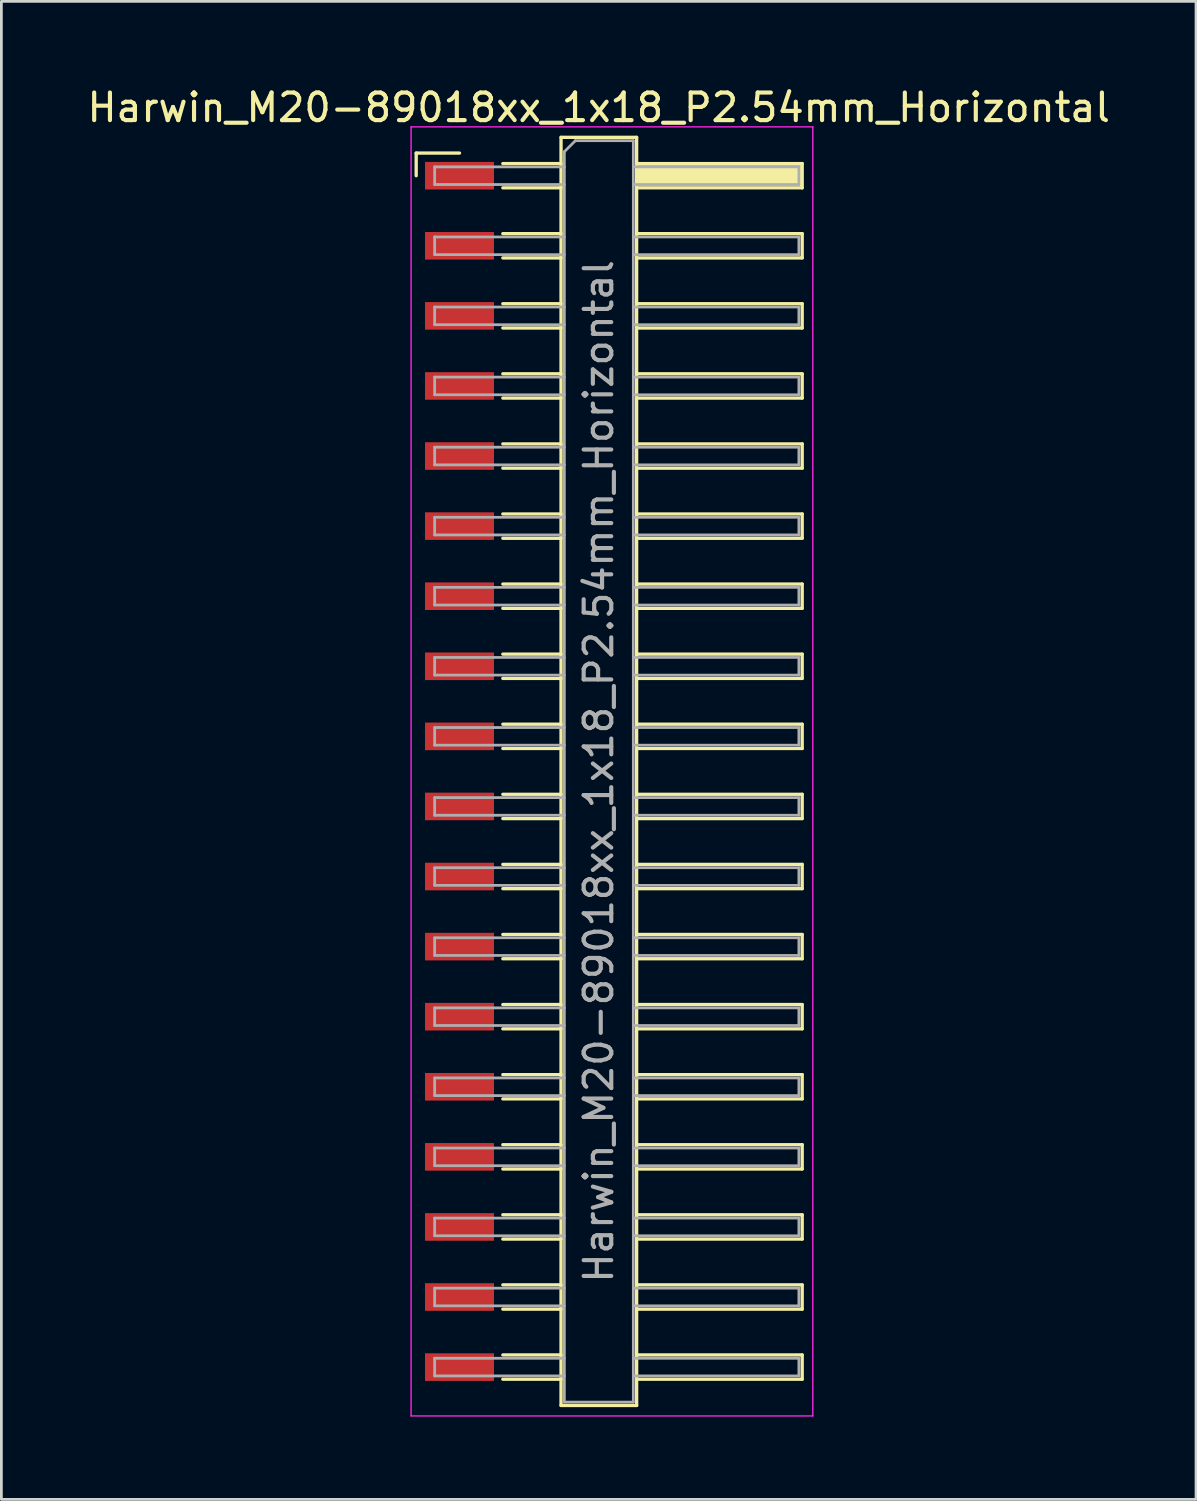
<source format=kicad_pcb>
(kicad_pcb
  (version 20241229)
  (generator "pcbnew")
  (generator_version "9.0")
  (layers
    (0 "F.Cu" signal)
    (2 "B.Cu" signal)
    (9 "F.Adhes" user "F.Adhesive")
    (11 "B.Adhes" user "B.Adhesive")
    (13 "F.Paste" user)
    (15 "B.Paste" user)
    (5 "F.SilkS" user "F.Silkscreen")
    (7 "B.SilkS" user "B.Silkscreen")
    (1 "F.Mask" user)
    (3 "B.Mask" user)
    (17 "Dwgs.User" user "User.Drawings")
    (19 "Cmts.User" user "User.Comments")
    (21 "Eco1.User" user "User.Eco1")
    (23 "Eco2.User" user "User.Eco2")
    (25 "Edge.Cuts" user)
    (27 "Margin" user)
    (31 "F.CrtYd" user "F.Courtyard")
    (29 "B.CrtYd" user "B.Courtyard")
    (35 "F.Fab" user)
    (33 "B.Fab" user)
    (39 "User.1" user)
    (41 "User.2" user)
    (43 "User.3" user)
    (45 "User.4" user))
  (footprint "Harwin_M20-89018xx_1x18_P2.54mm_Horizontal"
    (layer "F.Cu")
    (at 19.129 24.908)
    (property "Reference" "Harwin_M20-89018xx_1x18_P2.54mm_Horizontal" (at -0.48 -24.06 0) (layer "F.SilkS") (effects (font (size 1 1) (thickness 0.15))))
    (attr smd)
    (fp_line (start -7.095 -22.41) (end -5.525 -22.41) (stroke (width 0.12) (type solid)) (layer "F.SilkS"))
    (fp_line (start -7.095 -21.59) (end -7.095 -22.41) (stroke (width 0.12) (type solid)) (layer "F.SilkS"))
    (fp_line (start -3.955 -22.03) (end -1.845 -22.03) (stroke (width 0.12) (type solid)) (layer "F.SilkS"))
    (fp_line (start -3.955 -21.15) (end -1.845 -21.15) (stroke (width 0.12) (type solid)) (layer "F.SilkS"))
    (fp_line (start -3.955 -19.49) (end -1.845 -19.49) (stroke (width 0.12) (type solid)) (layer "F.SilkS"))
    (fp_line (start -3.955 -18.61) (end -1.845 -18.61) (stroke (width 0.12) (type solid)) (layer "F.SilkS"))
    (fp_line (start -3.955 -16.95) (end -1.845 -16.95) (stroke (width 0.12) (type solid)) (layer "F.SilkS"))
    (fp_line (start -3.955 -16.07) (end -1.845 -16.07) (stroke (width 0.12) (type solid)) (layer "F.SilkS"))
    (fp_line (start -3.955 -14.41) (end -1.845 -14.41) (stroke (width 0.12) (type solid)) (layer "F.SilkS"))
    (fp_line (start -3.955 -13.53) (end -1.845 -13.53) (stroke (width 0.12) (type solid)) (layer "F.SilkS"))
    (fp_line (start -3.955 -11.87) (end -1.845 -11.87) (stroke (width 0.12) (type solid)) (layer "F.SilkS"))
    (fp_line (start -3.955 -10.99) (end -1.845 -10.99) (stroke (width 0.12) (type solid)) (layer "F.SilkS"))
    (fp_line (start -3.955 -9.33) (end -1.845 -9.33) (stroke (width 0.12) (type solid)) (layer "F.SilkS"))
    (fp_line (start -3.955 -8.45) (end -1.845 -8.45) (stroke (width 0.12) (type solid)) (layer "F.SilkS"))
    (fp_line (start -3.955 -6.79) (end -1.845 -6.79) (stroke (width 0.12) (type solid)) (layer "F.SilkS"))
    (fp_line (start -3.955 -5.91) (end -1.845 -5.91) (stroke (width 0.12) (type solid)) (layer "F.SilkS"))
    (fp_line (start -3.955 -4.25) (end -1.845 -4.25) (stroke (width 0.12) (type solid)) (layer "F.SilkS"))
    (fp_line (start -3.955 -3.37) (end -1.845 -3.37) (stroke (width 0.12) (type solid)) (layer "F.SilkS"))
    (fp_line (start -3.955 -1.71) (end -1.845 -1.71) (stroke (width 0.12) (type solid)) (layer "F.SilkS"))
    (fp_line (start -3.955 -0.83) (end -1.845 -0.83) (stroke (width 0.12) (type solid)) (layer "F.SilkS"))
    (fp_line (start -3.955 0.83) (end -1.845 0.83) (stroke (width 0.12) (type solid)) (layer "F.SilkS"))
    (fp_line (start -3.955 1.71) (end -1.845 1.71) (stroke (width 0.12) (type solid)) (layer "F.SilkS"))
    (fp_line (start -3.955 3.37) (end -1.845 3.37) (stroke (width 0.12) (type solid)) (layer "F.SilkS"))
    (fp_line (start -3.955 4.25) (end -1.845 4.25) (stroke (width 0.12) (type solid)) (layer "F.SilkS"))
    (fp_line (start -3.955 5.91) (end -1.845 5.91) (stroke (width 0.12) (type solid)) (layer "F.SilkS"))
    (fp_line (start -3.955 6.79) (end -1.845 6.79) (stroke (width 0.12) (type solid)) (layer "F.SilkS"))
    (fp_line (start -3.955 8.45) (end -1.845 8.45) (stroke (width 0.12) (type solid)) (layer "F.SilkS"))
    (fp_line (start -3.955 9.33) (end -1.845 9.33) (stroke (width 0.12) (type solid)) (layer "F.SilkS"))
    (fp_line (start -3.955 10.99) (end -1.845 10.99) (stroke (width 0.12) (type solid)) (layer "F.SilkS"))
    (fp_line (start -3.955 11.87) (end -1.845 11.87) (stroke (width 0.12) (type solid)) (layer "F.SilkS"))
    (fp_line (start -3.955 13.53) (end -1.845 13.53) (stroke (width 0.12) (type solid)) (layer "F.SilkS"))
    (fp_line (start -3.955 14.41) (end -1.845 14.41) (stroke (width 0.12) (type solid)) (layer "F.SilkS"))
    (fp_line (start -3.955 16.07) (end -1.845 16.07) (stroke (width 0.12) (type solid)) (layer "F.SilkS"))
    (fp_line (start -3.955 16.95) (end -1.845 16.95) (stroke (width 0.12) (type solid)) (layer "F.SilkS"))
    (fp_line (start -3.955 18.61) (end -1.845 18.61) (stroke (width 0.12) (type solid)) (layer "F.SilkS"))
    (fp_line (start -3.955 19.49) (end -1.845 19.49) (stroke (width 0.12) (type solid)) (layer "F.SilkS"))
    (fp_line (start -3.955 21.15) (end -1.845 21.15) (stroke (width 0.12) (type solid)) (layer "F.SilkS"))
    (fp_line (start -3.955 22.03) (end -1.845 22.03) (stroke (width 0.12) (type solid)) (layer "F.SilkS"))
    (fp_line (start -1.845 -22.98) (end 0.895 -22.98) (stroke (width 0.12) (type solid)) (layer "F.SilkS"))
    (fp_line (start -1.845 22.98) (end -1.845 -22.98) (stroke (width 0.12) (type solid)) (layer "F.SilkS"))
    (fp_line (start 0.895 -22.98) (end 0.895 22.98) (stroke (width 0.12) (type solid)) (layer "F.SilkS"))
    (fp_line (start 0.895 -22.03) (end 6.895 -22.03) (stroke (width 0.12) (type solid)) (layer "F.SilkS"))
    (fp_line (start 0.895 -19.49) (end 6.895 -19.49) (stroke (width 0.12) (type solid)) (layer "F.SilkS"))
    (fp_line (start 0.895 -16.95) (end 6.895 -16.95) (stroke (width 0.12) (type solid)) (layer "F.SilkS"))
    (fp_line (start 0.895 -14.41) (end 6.895 -14.41) (stroke (width 0.12) (type solid)) (layer "F.SilkS"))
    (fp_line (start 0.895 -11.87) (end 6.895 -11.87) (stroke (width 0.12) (type solid)) (layer "F.SilkS"))
    (fp_line (start 0.895 -9.33) (end 6.895 -9.33) (stroke (width 0.12) (type solid)) (layer "F.SilkS"))
    (fp_line (start 0.895 -6.79) (end 6.895 -6.79) (stroke (width 0.12) (type solid)) (layer "F.SilkS"))
    (fp_line (start 0.895 -4.25) (end 6.895 -4.25) (stroke (width 0.12) (type solid)) (layer "F.SilkS"))
    (fp_line (start 0.895 -1.71) (end 6.895 -1.71) (stroke (width 0.12) (type solid)) (layer "F.SilkS"))
    (fp_line (start 0.895 0.83) (end 6.895 0.83) (stroke (width 0.12) (type solid)) (layer "F.SilkS"))
    (fp_line (start 0.895 3.37) (end 6.895 3.37) (stroke (width 0.12) (type solid)) (layer "F.SilkS"))
    (fp_line (start 0.895 5.91) (end 6.895 5.91) (stroke (width 0.12) (type solid)) (layer "F.SilkS"))
    (fp_line (start 0.895 8.45) (end 6.895 8.45) (stroke (width 0.12) (type solid)) (layer "F.SilkS"))
    (fp_line (start 0.895 10.99) (end 6.895 10.99) (stroke (width 0.12) (type solid)) (layer "F.SilkS"))
    (fp_line (start 0.895 13.53) (end 6.895 13.53) (stroke (width 0.12) (type solid)) (layer "F.SilkS"))
    (fp_line (start 0.895 16.07) (end 6.895 16.07) (stroke (width 0.12) (type solid)) (layer "F.SilkS"))
    (fp_line (start 0.895 18.61) (end 6.895 18.61) (stroke (width 0.12) (type solid)) (layer "F.SilkS"))
    (fp_line (start 0.895 21.15) (end 6.895 21.15) (stroke (width 0.12) (type solid)) (layer "F.SilkS"))
    (fp_line (start 0.895 22.98) (end -1.845 22.98) (stroke (width 0.12) (type solid)) (layer "F.SilkS"))
    (fp_line (start 6.895 -22.03) (end 6.895 -21.15) (stroke (width 0.12) (type solid)) (layer "F.SilkS"))
    (fp_line (start 6.895 -21.15) (end 0.895 -21.15) (stroke (width 0.12) (type solid)) (layer "F.SilkS"))
    (fp_line (start 6.895 -19.49) (end 6.895 -18.61) (stroke (width 0.12) (type solid)) (layer "F.SilkS"))
    (fp_line (start 6.895 -18.61) (end 0.895 -18.61) (stroke (width 0.12) (type solid)) (layer "F.SilkS"))
    (fp_line (start 6.895 -16.95) (end 6.895 -16.07) (stroke (width 0.12) (type solid)) (layer "F.SilkS"))
    (fp_line (start 6.895 -16.07) (end 0.895 -16.07) (stroke (width 0.12) (type solid)) (layer "F.SilkS"))
    (fp_line (start 6.895 -14.41) (end 6.895 -13.53) (stroke (width 0.12) (type solid)) (layer "F.SilkS"))
    (fp_line (start 6.895 -13.53) (end 0.895 -13.53) (stroke (width 0.12) (type solid)) (layer "F.SilkS"))
    (fp_line (start 6.895 -11.87) (end 6.895 -10.99) (stroke (width 0.12) (type solid)) (layer "F.SilkS"))
    (fp_line (start 6.895 -10.99) (end 0.895 -10.99) (stroke (width 0.12) (type solid)) (layer "F.SilkS"))
    (fp_line (start 6.895 -9.33) (end 6.895 -8.45) (stroke (width 0.12) (type solid)) (layer "F.SilkS"))
    (fp_line (start 6.895 -8.45) (end 0.895 -8.45) (stroke (width 0.12) (type solid)) (layer "F.SilkS"))
    (fp_line (start 6.895 -6.79) (end 6.895 -5.91) (stroke (width 0.12) (type solid)) (layer "F.SilkS"))
    (fp_line (start 6.895 -5.91) (end 0.895 -5.91) (stroke (width 0.12) (type solid)) (layer "F.SilkS"))
    (fp_line (start 6.895 -4.25) (end 6.895 -3.37) (stroke (width 0.12) (type solid)) (layer "F.SilkS"))
    (fp_line (start 6.895 -3.37) (end 0.895 -3.37) (stroke (width 0.12) (type solid)) (layer "F.SilkS"))
    (fp_line (start 6.895 -1.71) (end 6.895 -0.83) (stroke (width 0.12) (type solid)) (layer "F.SilkS"))
    (fp_line (start 6.895 -0.83) (end 0.895 -0.83) (stroke (width 0.12) (type solid)) (layer "F.SilkS"))
    (fp_line (start 6.895 0.83) (end 6.895 1.71) (stroke (width 0.12) (type solid)) (layer "F.SilkS"))
    (fp_line (start 6.895 1.71) (end 0.895 1.71) (stroke (width 0.12) (type solid)) (layer "F.SilkS"))
    (fp_line (start 6.895 3.37) (end 6.895 4.25) (stroke (width 0.12) (type solid)) (layer "F.SilkS"))
    (fp_line (start 6.895 4.25) (end 0.895 4.25) (stroke (width 0.12) (type solid)) (layer "F.SilkS"))
    (fp_line (start 6.895 5.91) (end 6.895 6.79) (stroke (width 0.12) (type solid)) (layer "F.SilkS"))
    (fp_line (start 6.895 6.79) (end 0.895 6.79) (stroke (width 0.12) (type solid)) (layer "F.SilkS"))
    (fp_line (start 6.895 8.45) (end 6.895 9.33) (stroke (width 0.12) (type solid)) (layer "F.SilkS"))
    (fp_line (start 6.895 9.33) (end 0.895 9.33) (stroke (width 0.12) (type solid)) (layer "F.SilkS"))
    (fp_line (start 6.895 10.99) (end 6.895 11.87) (stroke (width 0.12) (type solid)) (layer "F.SilkS"))
    (fp_line (start 6.895 11.87) (end 0.895 11.87) (stroke (width 0.12) (type solid)) (layer "F.SilkS"))
    (fp_line (start 6.895 13.53) (end 6.895 14.41) (stroke (width 0.12) (type solid)) (layer "F.SilkS"))
    (fp_line (start 6.895 14.41) (end 0.895 14.41) (stroke (width 0.12) (type solid)) (layer "F.SilkS"))
    (fp_line (start 6.895 16.07) (end 6.895 16.95) (stroke (width 0.12) (type solid)) (layer "F.SilkS"))
    (fp_line (start 6.895 16.95) (end 0.895 16.95) (stroke (width 0.12) (type solid)) (layer "F.SilkS"))
    (fp_line (start 6.895 18.61) (end 6.895 19.49) (stroke (width 0.12) (type solid)) (layer "F.SilkS"))
    (fp_line (start 6.895 19.49) (end 0.895 19.49) (stroke (width 0.12) (type solid)) (layer "F.SilkS"))
    (fp_line (start 6.895 21.15) (end 6.895 22.03) (stroke (width 0.12) (type solid)) (layer "F.SilkS"))
    (fp_line (start 6.895 22.03) (end 0.895 22.03) (stroke (width 0.12) (type solid)) (layer "F.SilkS"))
    (fp_line (start -7.28 -23.36) (end 7.28 -23.36) (stroke (width 0.05) (type solid)) (layer "F.CrtYd"))
    (fp_line (start -7.28 23.36) (end -7.28 -23.36) (stroke (width 0.05) (type solid)) (layer "F.CrtYd"))
    (fp_line (start 7.28 -23.36) (end 7.28 23.36) (stroke (width 0.05) (type solid)) (layer "F.CrtYd"))
    (fp_line (start 7.28 23.36) (end -7.28 23.36) (stroke (width 0.05) (type solid)) (layer "F.CrtYd"))
    (fp_line (start -6.425 -21.91) (end -6.425 -21.27) (stroke (width 0.1) (type solid)) (layer "F.Fab"))
    (fp_line (start -6.425 -21.27) (end -1.725 -21.27) (stroke (width 0.1) (type solid)) (layer "F.Fab"))
    (fp_line (start -6.425 -19.37) (end -6.425 -18.73) (stroke (width 0.1) (type solid)) (layer "F.Fab"))
    (fp_line (start -6.425 -18.73) (end -1.725 -18.73) (stroke (width 0.1) (type solid)) (layer "F.Fab"))
    (fp_line (start -6.425 -16.83) (end -6.425 -16.19) (stroke (width 0.1) (type solid)) (layer "F.Fab"))
    (fp_line (start -6.425 -16.19) (end -1.725 -16.19) (stroke (width 0.1) (type solid)) (layer "F.Fab"))
    (fp_line (start -6.425 -14.29) (end -6.425 -13.65) (stroke (width 0.1) (type solid)) (layer "F.Fab"))
    (fp_line (start -6.425 -13.65) (end -1.725 -13.65) (stroke (width 0.1) (type solid)) (layer "F.Fab"))
    (fp_line (start -6.425 -11.75) (end -6.425 -11.11) (stroke (width 0.1) (type solid)) (layer "F.Fab"))
    (fp_line (start -6.425 -11.11) (end -1.725 -11.11) (stroke (width 0.1) (type solid)) (layer "F.Fab"))
    (fp_line (start -6.425 -9.21) (end -6.425 -8.57) (stroke (width 0.1) (type solid)) (layer "F.Fab"))
    (fp_line (start -6.425 -8.57) (end -1.725 -8.57) (stroke (width 0.1) (type solid)) (layer "F.Fab"))
    (fp_line (start -6.425 -6.67) (end -6.425 -6.03) (stroke (width 0.1) (type solid)) (layer "F.Fab"))
    (fp_line (start -6.425 -6.03) (end -1.725 -6.03) (stroke (width 0.1) (type solid)) (layer "F.Fab"))
    (fp_line (start -6.425 -4.13) (end -6.425 -3.49) (stroke (width 0.1) (type solid)) (layer "F.Fab"))
    (fp_line (start -6.425 -3.49) (end -1.725 -3.49) (stroke (width 0.1) (type solid)) (layer "F.Fab"))
    (fp_line (start -6.425 -1.59) (end -6.425 -0.95) (stroke (width 0.1) (type solid)) (layer "F.Fab"))
    (fp_line (start -6.425 -0.95) (end -1.725 -0.95) (stroke (width 0.1) (type solid)) (layer "F.Fab"))
    (fp_line (start -6.425 0.95) (end -6.425 1.59) (stroke (width 0.1) (type solid)) (layer "F.Fab"))
    (fp_line (start -6.425 1.59) (end -1.725 1.59) (stroke (width 0.1) (type solid)) (layer "F.Fab"))
    (fp_line (start -6.425 3.49) (end -6.425 4.13) (stroke (width 0.1) (type solid)) (layer "F.Fab"))
    (fp_line (start -6.425 4.13) (end -1.725 4.13) (stroke (width 0.1) (type solid)) (layer "F.Fab"))
    (fp_line (start -6.425 6.03) (end -6.425 6.67) (stroke (width 0.1) (type solid)) (layer "F.Fab"))
    (fp_line (start -6.425 6.67) (end -1.725 6.67) (stroke (width 0.1) (type solid)) (layer "F.Fab"))
    (fp_line (start -6.425 8.57) (end -6.425 9.21) (stroke (width 0.1) (type solid)) (layer "F.Fab"))
    (fp_line (start -6.425 9.21) (end -1.725 9.21) (stroke (width 0.1) (type solid)) (layer "F.Fab"))
    (fp_line (start -6.425 11.11) (end -6.425 11.75) (stroke (width 0.1) (type solid)) (layer "F.Fab"))
    (fp_line (start -6.425 11.75) (end -1.725 11.75) (stroke (width 0.1) (type solid)) (layer "F.Fab"))
    (fp_line (start -6.425 13.65) (end -6.425 14.29) (stroke (width 0.1) (type solid)) (layer "F.Fab"))
    (fp_line (start -6.425 14.29) (end -1.725 14.29) (stroke (width 0.1) (type solid)) (layer "F.Fab"))
    (fp_line (start -6.425 16.19) (end -6.425 16.83) (stroke (width 0.1) (type solid)) (layer "F.Fab"))
    (fp_line (start -6.425 16.83) (end -1.725 16.83) (stroke (width 0.1) (type solid)) (layer "F.Fab"))
    (fp_line (start -6.425 18.73) (end -6.425 19.37) (stroke (width 0.1) (type solid)) (layer "F.Fab"))
    (fp_line (start -6.425 19.37) (end -1.725 19.37) (stroke (width 0.1) (type solid)) (layer "F.Fab"))
    (fp_line (start -6.425 21.27) (end -6.425 21.91) (stroke (width 0.1) (type solid)) (layer "F.Fab"))
    (fp_line (start -6.425 21.91) (end -1.725 21.91) (stroke (width 0.1) (type solid)) (layer "F.Fab"))
    (fp_line (start -1.725 -22.46) (end -1.325 -22.86) (stroke (width 0.1) (type solid)) (layer "F.Fab"))
    (fp_line (start -1.725 -21.91) (end -6.425 -21.91) (stroke (width 0.1) (type solid)) (layer "F.Fab"))
    (fp_line (start -1.725 -19.37) (end -6.425 -19.37) (stroke (width 0.1) (type solid)) (layer "F.Fab"))
    (fp_line (start -1.725 -16.83) (end -6.425 -16.83) (stroke (width 0.1) (type solid)) (layer "F.Fab"))
    (fp_line (start -1.725 -14.29) (end -6.425 -14.29) (stroke (width 0.1) (type solid)) (layer "F.Fab"))
    (fp_line (start -1.725 -11.75) (end -6.425 -11.75) (stroke (width 0.1) (type solid)) (layer "F.Fab"))
    (fp_line (start -1.725 -9.21) (end -6.425 -9.21) (stroke (width 0.1) (type solid)) (layer "F.Fab"))
    (fp_line (start -1.725 -6.67) (end -6.425 -6.67) (stroke (width 0.1) (type solid)) (layer "F.Fab"))
    (fp_line (start -1.725 -4.13) (end -6.425 -4.13) (stroke (width 0.1) (type solid)) (layer "F.Fab"))
    (fp_line (start -1.725 -1.59) (end -6.425 -1.59) (stroke (width 0.1) (type solid)) (layer "F.Fab"))
    (fp_line (start -1.725 0.95) (end -6.425 0.95) (stroke (width 0.1) (type solid)) (layer "F.Fab"))
    (fp_line (start -1.725 3.49) (end -6.425 3.49) (stroke (width 0.1) (type solid)) (layer "F.Fab"))
    (fp_line (start -1.725 6.03) (end -6.425 6.03) (stroke (width 0.1) (type solid)) (layer "F.Fab"))
    (fp_line (start -1.725 8.57) (end -6.425 8.57) (stroke (width 0.1) (type solid)) (layer "F.Fab"))
    (fp_line (start -1.725 11.11) (end -6.425 11.11) (stroke (width 0.1) (type solid)) (layer "F.Fab"))
    (fp_line (start -1.725 13.65) (end -6.425 13.65) (stroke (width 0.1) (type solid)) (layer "F.Fab"))
    (fp_line (start -1.725 16.19) (end -6.425 16.19) (stroke (width 0.1) (type solid)) (layer "F.Fab"))
    (fp_line (start -1.725 18.73) (end -6.425 18.73) (stroke (width 0.1) (type solid)) (layer "F.Fab"))
    (fp_line (start -1.725 21.27) (end -6.425 21.27) (stroke (width 0.1) (type solid)) (layer "F.Fab"))
    (fp_line (start -1.725 22.86) (end -1.725 -22.46) (stroke (width 0.1) (type solid)) (layer "F.Fab"))
    (fp_line (start -1.325 -22.86) (end 0.775 -22.86) (stroke (width 0.1) (type solid)) (layer "F.Fab"))
    (fp_line (start 0.775 -22.86) (end 0.775 22.86) (stroke (width 0.1) (type solid)) (layer "F.Fab"))
    (fp_line (start 0.775 -21.91) (end 6.775 -21.91) (stroke (width 0.1) (type solid)) (layer "F.Fab"))
    (fp_line (start 0.775 -19.37) (end 6.775 -19.37) (stroke (width 0.1) (type solid)) (layer "F.Fab"))
    (fp_line (start 0.775 -16.83) (end 6.775 -16.83) (stroke (width 0.1) (type solid)) (layer "F.Fab"))
    (fp_line (start 0.775 -14.29) (end 6.775 -14.29) (stroke (width 0.1) (type solid)) (layer "F.Fab"))
    (fp_line (start 0.775 -11.75) (end 6.775 -11.75) (stroke (width 0.1) (type solid)) (layer "F.Fab"))
    (fp_line (start 0.775 -9.21) (end 6.775 -9.21) (stroke (width 0.1) (type solid)) (layer "F.Fab"))
    (fp_line (start 0.775 -6.67) (end 6.775 -6.67) (stroke (width 0.1) (type solid)) (layer "F.Fab"))
    (fp_line (start 0.775 -4.13) (end 6.775 -4.13) (stroke (width 0.1) (type solid)) (layer "F.Fab"))
    (fp_line (start 0.775 -1.59) (end 6.775 -1.59) (stroke (width 0.1) (type solid)) (layer "F.Fab"))
    (fp_line (start 0.775 0.95) (end 6.775 0.95) (stroke (width 0.1) (type solid)) (layer "F.Fab"))
    (fp_line (start 0.775 3.49) (end 6.775 3.49) (stroke (width 0.1) (type solid)) (layer "F.Fab"))
    (fp_line (start 0.775 6.03) (end 6.775 6.03) (stroke (width 0.1) (type solid)) (layer "F.Fab"))
    (fp_line (start 0.775 8.57) (end 6.775 8.57) (stroke (width 0.1) (type solid)) (layer "F.Fab"))
    (fp_line (start 0.775 11.11) (end 6.775 11.11) (stroke (width 0.1) (type solid)) (layer "F.Fab"))
    (fp_line (start 0.775 13.65) (end 6.775 13.65) (stroke (width 0.1) (type solid)) (layer "F.Fab"))
    (fp_line (start 0.775 16.19) (end 6.775 16.19) (stroke (width 0.1) (type solid)) (layer "F.Fab"))
    (fp_line (start 0.775 18.73) (end 6.775 18.73) (stroke (width 0.1) (type solid)) (layer "F.Fab"))
    (fp_line (start 0.775 21.27) (end 6.775 21.27) (stroke (width 0.1) (type solid)) (layer "F.Fab"))
    (fp_line (start 0.775 22.86) (end -1.725 22.86) (stroke (width 0.1) (type solid)) (layer "F.Fab"))
    (fp_line (start 6.775 -21.91) (end 6.775 -21.27) (stroke (width 0.1) (type solid)) (layer "F.Fab"))
    (fp_line (start 6.775 -21.27) (end 0.775 -21.27) (stroke (width 0.1) (type solid)) (layer "F.Fab"))
    (fp_line (start 6.775 -19.37) (end 6.775 -18.73) (stroke (width 0.1) (type solid)) (layer "F.Fab"))
    (fp_line (start 6.775 -18.73) (end 0.775 -18.73) (stroke (width 0.1) (type solid)) (layer "F.Fab"))
    (fp_line (start 6.775 -16.83) (end 6.775 -16.19) (stroke (width 0.1) (type solid)) (layer "F.Fab"))
    (fp_line (start 6.775 -16.19) (end 0.775 -16.19) (stroke (width 0.1) (type solid)) (layer "F.Fab"))
    (fp_line (start 6.775 -14.29) (end 6.775 -13.65) (stroke (width 0.1) (type solid)) (layer "F.Fab"))
    (fp_line (start 6.775 -13.65) (end 0.775 -13.65) (stroke (width 0.1) (type solid)) (layer "F.Fab"))
    (fp_line (start 6.775 -11.75) (end 6.775 -11.11) (stroke (width 0.1) (type solid)) (layer "F.Fab"))
    (fp_line (start 6.775 -11.11) (end 0.775 -11.11) (stroke (width 0.1) (type solid)) (layer "F.Fab"))
    (fp_line (start 6.775 -9.21) (end 6.775 -8.57) (stroke (width 0.1) (type solid)) (layer "F.Fab"))
    (fp_line (start 6.775 -8.57) (end 0.775 -8.57) (stroke (width 0.1) (type solid)) (layer "F.Fab"))
    (fp_line (start 6.775 -6.67) (end 6.775 -6.03) (stroke (width 0.1) (type solid)) (layer "F.Fab"))
    (fp_line (start 6.775 -6.03) (end 0.775 -6.03) (stroke (width 0.1) (type solid)) (layer "F.Fab"))
    (fp_line (start 6.775 -4.13) (end 6.775 -3.49) (stroke (width 0.1) (type solid)) (layer "F.Fab"))
    (fp_line (start 6.775 -3.49) (end 0.775 -3.49) (stroke (width 0.1) (type solid)) (layer "F.Fab"))
    (fp_line (start 6.775 -1.59) (end 6.775 -0.95) (stroke (width 0.1) (type solid)) (layer "F.Fab"))
    (fp_line (start 6.775 -0.95) (end 0.775 -0.95) (stroke (width 0.1) (type solid)) (layer "F.Fab"))
    (fp_line (start 6.775 0.95) (end 6.775 1.59) (stroke (width 0.1) (type solid)) (layer "F.Fab"))
    (fp_line (start 6.775 1.59) (end 0.775 1.59) (stroke (width 0.1) (type solid)) (layer "F.Fab"))
    (fp_line (start 6.775 3.49) (end 6.775 4.13) (stroke (width 0.1) (type solid)) (layer "F.Fab"))
    (fp_line (start 6.775 4.13) (end 0.775 4.13) (stroke (width 0.1) (type solid)) (layer "F.Fab"))
    (fp_line (start 6.775 6.03) (end 6.775 6.67) (stroke (width 0.1) (type solid)) (layer "F.Fab"))
    (fp_line (start 6.775 6.67) (end 0.775 6.67) (stroke (width 0.1) (type solid)) (layer "F.Fab"))
    (fp_line (start 6.775 8.57) (end 6.775 9.21) (stroke (width 0.1) (type solid)) (layer "F.Fab"))
    (fp_line (start 6.775 9.21) (end 0.775 9.21) (stroke (width 0.1) (type solid)) (layer "F.Fab"))
    (fp_line (start 6.775 11.11) (end 6.775 11.75) (stroke (width 0.1) (type solid)) (layer "F.Fab"))
    (fp_line (start 6.775 11.75) (end 0.775 11.75) (stroke (width 0.1) (type solid)) (layer "F.Fab"))
    (fp_line (start 6.775 13.65) (end 6.775 14.29) (stroke (width 0.1) (type solid)) (layer "F.Fab"))
    (fp_line (start 6.775 14.29) (end 0.775 14.29) (stroke (width 0.1) (type solid)) (layer "F.Fab"))
    (fp_line (start 6.775 16.19) (end 6.775 16.83) (stroke (width 0.1) (type solid)) (layer "F.Fab"))
    (fp_line (start 6.775 16.83) (end 0.775 16.83) (stroke (width 0.1) (type solid)) (layer "F.Fab"))
    (fp_line (start 6.775 18.73) (end 6.775 19.37) (stroke (width 0.1) (type solid)) (layer "F.Fab"))
    (fp_line (start 6.775 19.37) (end 0.775 19.37) (stroke (width 0.1) (type solid)) (layer "F.Fab"))
    (fp_line (start 6.775 21.27) (end 6.775 21.91) (stroke (width 0.1) (type solid)) (layer "F.Fab"))
    (fp_line (start 6.775 21.91) (end 0.775 21.91) (stroke (width 0.1) (type solid)) (layer "F.Fab"))
    (fp_text user "${REFERENCE}" (at -0.48 0 90) (layer "F.Fab") (effects (font (size 1 1) (thickness 0.15))))
    (pad "" smd rect (at 3.895 -21.59) (size 6 0.76) (layers "F.SilkS"))
    (pad "1" smd rect (at -5.525 -21.59) (size 2.5 1) (layers "F.Cu" "F.Mask" "F.Paste"))
    (pad "2" smd rect (at -5.525 -19.05) (size 2.5 1) (layers "F.Cu" "F.Mask" "F.Paste"))
    (pad "3" smd rect (at -5.525 -16.51) (size 2.5 1) (layers "F.Cu" "F.Mask" "F.Paste"))
    (pad "4" smd rect (at -5.525 -13.97) (size 2.5 1) (layers "F.Cu" "F.Mask" "F.Paste"))
    (pad "5" smd rect (at -5.525 -11.43) (size 2.5 1) (layers "F.Cu" "F.Mask" "F.Paste"))
    (pad "6" smd rect (at -5.525 -8.89) (size 2.5 1) (layers "F.Cu" "F.Mask" "F.Paste"))
    (pad "7" smd rect (at -5.525 -6.35) (size 2.5 1) (layers "F.Cu" "F.Mask" "F.Paste"))
    (pad "8" smd rect (at -5.525 -3.81) (size 2.5 1) (layers "F.Cu" "F.Mask" "F.Paste"))
    (pad "9" smd rect (at -5.525 -1.27) (size 2.5 1) (layers "F.Cu" "F.Mask" "F.Paste"))
    (pad "10" smd rect (at -5.525 1.27) (size 2.5 1) (layers "F.Cu" "F.Mask" "F.Paste"))
    (pad "11" smd rect (at -5.525 3.81) (size 2.5 1) (layers "F.Cu" "F.Mask" "F.Paste"))
    (pad "12" smd rect (at -5.525 6.35) (size 2.5 1) (layers "F.Cu" "F.Mask" "F.Paste"))
    (pad "13" smd rect (at -5.525 8.89) (size 2.5 1) (layers "F.Cu" "F.Mask" "F.Paste"))
    (pad "14" smd rect (at -5.525 11.43) (size 2.5 1) (layers "F.Cu" "F.Mask" "F.Paste"))
    (pad "15" smd rect (at -5.525 13.97) (size 2.5 1) (layers "F.Cu" "F.Mask" "F.Paste"))
    (pad "16" smd rect (at -5.525 16.51) (size 2.5 1) (layers "F.Cu" "F.Mask" "F.Paste"))
    (pad "17" smd rect (at -5.525 19.05) (size 2.5 1) (layers "F.Cu" "F.Mask" "F.Paste"))
    (pad "18" smd rect (at -5.525 21.59) (size 2.5 1) (layers "F.Cu" "F.Mask" "F.Paste")))
  (gr_rect
    (start -3 -3)
    (end 40.298 51.293)
    (stroke (width 0.1) (type default))
    (fill no)
    (layer "Edge.Cuts")))
</source>
